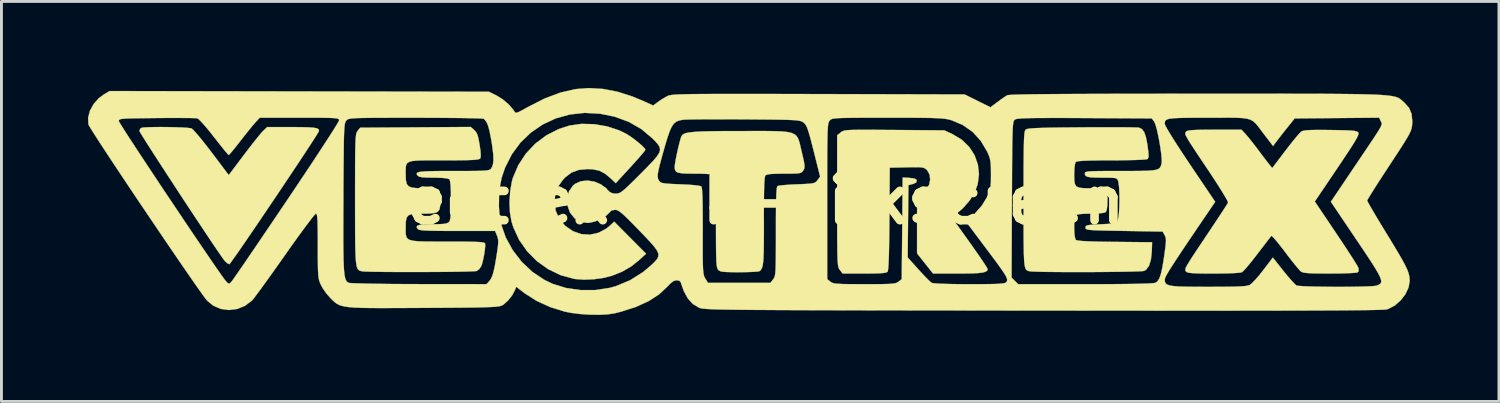
<source format=kicad_pcb>
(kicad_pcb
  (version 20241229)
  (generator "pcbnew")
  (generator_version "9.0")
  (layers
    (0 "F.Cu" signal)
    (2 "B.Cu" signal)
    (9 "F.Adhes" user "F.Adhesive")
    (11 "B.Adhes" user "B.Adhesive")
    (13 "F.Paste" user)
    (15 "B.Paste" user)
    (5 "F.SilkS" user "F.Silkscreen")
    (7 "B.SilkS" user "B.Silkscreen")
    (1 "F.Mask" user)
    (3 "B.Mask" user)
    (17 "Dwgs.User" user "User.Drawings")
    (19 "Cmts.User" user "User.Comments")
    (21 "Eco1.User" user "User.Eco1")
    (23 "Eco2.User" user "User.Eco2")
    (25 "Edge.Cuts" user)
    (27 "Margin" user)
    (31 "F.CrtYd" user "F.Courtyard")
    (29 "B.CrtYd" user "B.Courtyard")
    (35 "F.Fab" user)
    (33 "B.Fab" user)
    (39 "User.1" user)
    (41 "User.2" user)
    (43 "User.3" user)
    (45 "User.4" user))
  (footprint "vectrex-uk-silkscreen"
    (layer "F.Cu")
    (at 22.934 3.896)
    (property "Reference" "vectrex-uk-silkscreen" (at 0 0 0) (layer "F.SilkS") (effects (font (size 1.524 1.524) (thickness 0.3))))
    (attr through_hole)
    (fp_poly (pts (xy -5.373 -2.639) (xy -4.927 -2.562) (xy -4.507 -2.423) (xy -4.268 -2.306) (xy -4.124 -2.215) (xy -3.968 -2.102) (xy -3.82 -1.983) (xy -3.697 -1.874) (xy -3.62 -1.789) (xy -3.602 -1.754) (xy -3.632 -1.708) (xy -3.714 -1.607) (xy -3.839 -1.463) (xy -3.995 -1.288) (xy -4.116 -1.154) (xy -4.631 -0.594) (xy -4.798 -0.754) (xy -5.005 -0.926) (xy -5.206 -1.029) (xy -5.437 -1.076) (xy -5.611 -1.083) (xy -5.914 -1.054) (xy -6.164 -0.962) (xy -6.383 -0.796) (xy -6.464 -0.71) (xy -6.636 -0.467) (xy -6.728 -0.209) (xy -6.752 0.05) (xy -6.71 0.371) (xy -6.584 0.653) (xy -6.388 0.882) (xy -6.118 1.07) (xy -5.825 1.173) (xy -5.525 1.192) (xy -5.229 1.127) (xy -4.952 0.979) (xy -4.825 0.873) (xy -4.685 0.74) (xy -3.579 1.853) (xy -3.805 2.06) (xy -4.09 2.29) (xy -4.395 2.468) (xy -4.751 2.613) (xy -5.047 2.69) (xy -5.388 2.738) (xy -5.732 2.752) (xy -6.039 2.73) (xy -6.08 2.723) (xy -6.545 2.595) (xy -6.977 2.386) (xy -7.368 2.107) (xy -7.705 1.766) (xy -7.98 1.374) (xy -8.181 0.939) (xy -8.245 0.737) (xy -8.3 0.417) (xy -8.315 0.052) (xy -8.29 -0.322) (xy -8.228 -0.669) (xy -8.198 -0.775) (xy -8.011 -1.216) (xy -7.748 -1.617) (xy -7.419 -1.966) (xy -7.034 -2.254) (xy -6.603 -2.473) (xy -6.235 -2.591) (xy -5.818 -2.65) (xy -5.373 -2.639)) (stroke (width 0.01) (type solid)) (fill yes) (layer "F.SilkS"))
    (fp_poly (pts (xy -20.139 -2.538) (xy -19.89 -2.533) (xy -19.666 -2.524) (xy -19.486 -2.513) (xy -19.369 -2.499) (xy -19.341 -2.491) (xy -19.282 -2.441) (xy -19.179 -2.328) (xy -19.04 -2.164) (xy -18.877 -1.961) (xy -18.698 -1.73) (xy -18.643 -1.659) (xy -18.052 -0.874) (xy -17.52 -1.58) (xy -17.344 -1.811) (xy -17.178 -2.024) (xy -17.032 -2.205) (xy -16.92 -2.34) (xy -16.852 -2.413) (xy -16.716 -2.54) (xy -15.874 -2.539) (xy -15.542 -2.537) (xy -15.292 -2.53) (xy -15.114 -2.518) (xy -15 -2.497) (xy -14.939 -2.467) (xy -14.921 -2.427) (xy -14.928 -2.392) (xy -14.963 -2.329) (xy -15.043 -2.2) (xy -15.163 -2.013) (xy -15.318 -1.776) (xy -15.501 -1.498) (xy -15.707 -1.187) (xy -15.932 -0.85) (xy -16.169 -0.496) (xy -16.412 -0.133) (xy -16.658 0.231) (xy -16.899 0.588) (xy -17.131 0.93) (xy -17.348 1.248) (xy -17.544 1.535) (xy -17.715 1.782) (xy -17.855 1.981) (xy -17.957 2.124) (xy -18.017 2.203) (xy -18.031 2.217) (xy -18.1 2.185) (xy -18.181 2.113) (xy -18.233 2.044) (xy -18.328 1.91) (xy -18.46 1.718) (xy -18.624 1.476) (xy -18.813 1.193) (xy -19.023 0.877) (xy -19.249 0.538) (xy -19.484 0.182) (xy -19.723 -0.181) (xy -19.96 -0.544) (xy -20.191 -0.897) (xy -20.409 -1.233) (xy -20.61 -1.543) (xy -20.787 -1.818) (xy -20.935 -2.051) (xy -21.049 -2.233) (xy -21.123 -2.356) (xy -21.151 -2.41) (xy -21.151 -2.411) (xy -21.114 -2.489) (xy -21.078 -2.512) (xy -20.996 -2.525) (xy -20.841 -2.534) (xy -20.634 -2.539) (xy -20.393 -2.541) (xy -20.139 -2.538)) (stroke (width 0.01) (type solid)) (fill yes) (layer "F.SilkS"))
    (fp_poly (pts (xy 4.411 -2.443) (xy 4.818 -2.44) (xy 5.032 -2.439) (xy 6.766 -2.425) (xy 7.056 -2.29) (xy 7.374 -2.098) (xy 7.628 -1.85) (xy 7.815 -1.56) (xy 7.929 -1.239) (xy 7.966 -0.9) (xy 7.921 -0.556) (xy 7.814 -0.266) (xy 7.642 0.008) (xy 7.41 0.274) (xy 7.144 0.499) (xy 7.122 0.515) (xy 7.017 0.588) (xy 7.642 1.458) (xy 7.819 1.709) (xy 7.978 1.936) (xy 8.108 2.128) (xy 8.204 2.275) (xy 8.258 2.365) (xy 8.267 2.387) (xy 8.251 2.438) (xy 8.197 2.477) (xy 8.095 2.505) (xy 7.935 2.524) (xy 7.708 2.535) (xy 7.402 2.54) (xy 7.231 2.54) (xy 6.374 2.54) (xy 5.819 1.841) (xy 5.819 0.805) (xy 5.819 0.469) (xy 5.821 0.215) (xy 5.826 0.03) (xy 5.833 -0.096) (xy 5.845 -0.174) (xy 5.862 -0.215) (xy 5.885 -0.231) (xy 5.9 -0.232) (xy 6.044 -0.276) (xy 6.159 -0.387) (xy 6.238 -0.541) (xy 6.273 -0.714) (xy 6.256 -0.885) (xy 6.179 -1.029) (xy 6.166 -1.043) (xy 6.115 -1.09) (xy 6.062 -1.121) (xy 5.988 -1.14) (xy 5.876 -1.148) (xy 5.708 -1.149) (xy 5.465 -1.144) (xy 5.462 -1.144) (xy 4.872 -1.131) (xy 4.86 0.642) (xy 4.855 1.163) (xy 4.849 1.594) (xy 4.841 1.937) (xy 4.83 2.194) (xy 4.818 2.369) (xy 4.804 2.462) (xy 4.797 2.478) (xy 4.753 2.503) (xy 4.66 2.52) (xy 4.508 2.532) (xy 4.285 2.538) (xy 3.992 2.54) (xy 3.239 2.54) (xy 3.144 2.418) (xy 3.122 2.388) (xy 3.104 2.354) (xy 3.089 2.306) (xy 3.077 2.238) (xy 3.068 2.14) (xy 3.06 2.006) (xy 3.055 1.826) (xy 3.052 1.594) (xy 3.05 1.301) (xy 3.049 0.939) (xy 3.048 0.499) (xy 3.048 0.02) (xy 3.048 -2.256) (xy 3.173 -2.354) (xy 3.207 -2.38) (xy 3.245 -2.4) (xy 3.297 -2.416) (xy 3.371 -2.428) (xy 3.478 -2.437) (xy 3.626 -2.442) (xy 3.824 -2.444) (xy 4.083 -2.445) (xy 4.411 -2.443)) (stroke (width 0.01) (type solid)) (fill yes) (layer "F.SilkS"))
    (fp_poly (pts (xy 0.565 -2.402) (xy 0.881 -2.398) (xy 1.131 -2.388) (xy 1.323 -2.368) (xy 1.468 -2.335) (xy 1.573 -2.287) (xy 1.647 -2.221) (xy 1.699 -2.133) (xy 1.737 -2.022) (xy 1.772 -1.883) (xy 1.81 -1.713) (xy 1.815 -1.694) (xy 1.869 -1.462) (xy 1.903 -1.301) (xy 1.916 -1.194) (xy 1.912 -1.121) (xy 1.891 -1.066) (xy 1.872 -1.036) (xy 1.838 -0.99) (xy 1.796 -0.958) (xy 1.73 -0.939) (xy 1.621 -0.929) (xy 1.455 -0.924) (xy 1.213 -0.924) (xy 1.205 -0.924) (xy 0.942 -0.921) (xy 0.758 -0.913) (xy 0.64 -0.897) (xy 0.574 -0.872) (xy 0.557 -0.858) (xy 0.541 -0.808) (xy 0.528 -0.698) (xy 0.518 -0.521) (xy 0.512 -0.273) (xy 0.508 0.053) (xy 0.506 0.463) (xy 0.507 0.713) (xy 0.507 1.149) (xy 0.505 1.501) (xy 0.501 1.781) (xy 0.493 1.997) (xy 0.48 2.158) (xy 0.462 2.274) (xy 0.437 2.355) (xy 0.406 2.409) (xy 0.367 2.447) (xy 0.351 2.458) (xy 0.288 2.471) (xy 0.152 2.481) (xy -0.041 2.489) (xy -0.271 2.493) (xy -0.351 2.493) (xy -0.613 2.492) (xy -0.799 2.487) (xy -0.924 2.477) (xy -1.004 2.459) (xy -1.055 2.431) (xy -1.078 2.409) (xy -1.099 2.378) (xy -1.116 2.329) (xy -1.129 2.253) (xy -1.139 2.139) (xy -1.146 1.98) (xy -1.15 1.764) (xy -1.153 1.483) (xy -1.154 1.127) (xy -1.155 0.773) (xy -1.155 0.347) (xy -1.157 0.004) (xy -1.16 -0.266) (xy -1.165 -0.471) (xy -1.173 -0.621) (xy -1.183 -0.726) (xy -1.197 -0.794) (xy -1.215 -0.836) (xy -1.227 -0.851) (xy -1.276 -0.882) (xy -1.36 -0.904) (xy -1.494 -0.916) (xy -1.693 -0.923) (xy -1.888 -0.924) (xy -2.156 -0.926) (xy -2.346 -0.937) (xy -2.47 -0.96) (xy -2.543 -1) (xy -2.577 -1.062) (xy -2.586 -1.15) (xy -2.586 -1.16) (xy -2.575 -1.266) (xy -2.547 -1.431) (xy -2.506 -1.629) (xy -2.46 -1.835) (xy -2.413 -2.023) (xy -2.373 -2.165) (xy -2.349 -2.226) (xy -2.317 -2.269) (xy -2.263 -2.305) (xy -2.18 -2.334) (xy -2.059 -2.356) (xy -1.891 -2.373) (xy -1.67 -2.386) (xy -1.386 -2.394) (xy -1.031 -2.399) (xy -0.596 -2.401) (xy -0.3 -2.401) (xy 0.174 -2.402) (xy 0.565 -2.402)) (stroke (width 0.01) (type solid)) (fill yes) (layer "F.SilkS"))
    (fp_poly (pts (xy -9.539 -2.438) (xy -9.476 -2.369) (xy -9.429 -2.278) (xy -9.391 -2.142) (xy -9.354 -1.938) (xy -9.351 -1.92) (xy -9.32 -1.698) (xy -9.311 -1.552) (xy -9.323 -1.467) (xy -9.335 -1.447) (xy -9.371 -1.427) (xy -9.446 -1.412) (xy -9.572 -1.401) (xy -9.757 -1.393) (xy -10.009 -1.388) (xy -10.339 -1.386) (xy -10.603 -1.385) (xy -10.986 -1.386) (xy -11.286 -1.385) (xy -11.514 -1.379) (xy -11.679 -1.363) (xy -11.792 -1.334) (xy -11.862 -1.289) (xy -11.9 -1.223) (xy -11.914 -1.133) (xy -11.916 -1.015) (xy -11.915 -0.883) (xy -11.908 -0.698) (xy -11.88 -0.569) (xy -11.815 -0.487) (xy -11.7 -0.44) (xy -11.52 -0.42) (xy -11.267 -0.416) (xy -11.026 -0.409) (xy -10.858 -0.391) (xy -10.772 -0.363) (xy -10.77 -0.36) (xy -10.739 -0.284) (xy -10.72 -0.142) (xy -10.714 0.006) (xy -10.719 0.192) (xy -10.744 0.319) (xy -10.804 0.399) (xy -10.914 0.441) (xy -11.087 0.459) (xy -11.315 0.462) (xy -11.559 0.465) (xy -11.727 0.484) (xy -11.831 0.53) (xy -11.888 0.615) (xy -11.911 0.75) (xy -11.915 0.943) (xy -11.915 1.079) (xy -11.911 1.187) (xy -11.891 1.271) (xy -11.848 1.333) (xy -11.77 1.377) (xy -11.65 1.405) (xy -11.477 1.422) (xy -11.241 1.43) (xy -10.934 1.432) (xy -10.546 1.432) (xy -10.467 1.432) (xy -10.079 1.432) (xy -9.773 1.435) (xy -9.542 1.44) (xy -9.375 1.447) (xy -9.263 1.458) (xy -9.196 1.472) (xy -9.166 1.49) (xy -9.163 1.496) (xy -9.157 1.578) (xy -9.17 1.721) (xy -9.197 1.895) (xy -9.233 2.073) (xy -9.273 2.225) (xy -9.292 2.278) (xy -9.365 2.388) (xy -9.454 2.452) (xy -9.52 2.459) (xy -9.666 2.466) (xy -9.88 2.472) (xy -10.151 2.477) (xy -10.466 2.481) (xy -10.813 2.484) (xy -11.181 2.486) (xy -11.557 2.487) (xy -11.93 2.487) (xy -12.287 2.486) (xy -12.616 2.484) (xy -12.906 2.48) (xy -13.144 2.476) (xy -13.319 2.47) (xy -13.418 2.463) (xy -13.427 2.461) (xy -13.48 2.45) (xy -13.525 2.433) (xy -13.562 2.404) (xy -13.593 2.354) (xy -13.617 2.276) (xy -13.635 2.163) (xy -13.649 2.008) (xy -13.658 1.802) (xy -13.664 1.538) (xy -13.668 1.21) (xy -13.669 0.809) (xy -13.67 0.327) (xy -13.67 -0.028) (xy -13.67 -0.546) (xy -13.669 -0.979) (xy -13.668 -1.335) (xy -13.665 -1.623) (xy -13.661 -1.851) (xy -13.656 -2.026) (xy -13.648 -2.156) (xy -13.639 -2.25) (xy -13.627 -2.316) (xy -13.611 -2.36) (xy -13.593 -2.392) (xy -13.582 -2.408) (xy -13.493 -2.517) (xy -9.661 -2.543) (xy -9.539 -2.438)) (stroke (width 0.01) (type solid)) (fill yes) (layer "F.SilkS"))
    (fp_poly (pts (xy 12.685 -2.533) (xy 12.986 -2.532) (xy 13.231 -2.529) (xy 13.407 -2.525) (xy 13.505 -2.52) (xy 13.519 -2.518) (xy 13.617 -2.469) (xy 13.693 -2.37) (xy 13.752 -2.208) (xy 13.8 -1.969) (xy 13.813 -1.878) (xy 13.839 -1.677) (xy 13.848 -1.549) (xy 13.84 -1.475) (xy 13.814 -1.435) (xy 13.804 -1.428) (xy 13.742 -1.417) (xy 13.6 -1.407) (xy 13.393 -1.398) (xy 13.132 -1.392) (xy 12.832 -1.387) (xy 12.559 -1.386) (xy 12.161 -1.385) (xy 11.848 -1.38) (xy 11.615 -1.372) (xy 11.453 -1.36) (xy 11.357 -1.345) (xy 11.324 -1.33) (xy 11.294 -1.252) (xy 11.275 -1.097) (xy 11.268 -0.893) (xy 11.272 -0.697) (xy 11.292 -0.564) (xy 11.344 -0.481) (xy 11.443 -0.437) (xy 11.604 -0.419) (xy 11.84 -0.416) (xy 11.862 -0.416) (xy 12.056 -0.413) (xy 12.22 -0.405) (xy 12.328 -0.393) (xy 12.35 -0.388) (xy 12.389 -0.353) (xy 12.411 -0.274) (xy 12.421 -0.132) (xy 12.423 -0.004) (xy 12.416 0.196) (xy 12.395 0.34) (xy 12.367 0.406) (xy 12.288 0.436) (xy 12.124 0.454) (xy 11.88 0.462) (xy 11.846 0.462) (xy 11.593 0.468) (xy 11.419 0.485) (xy 11.329 0.513) (xy 11.324 0.517) (xy 11.293 0.594) (xy 11.274 0.733) (xy 11.267 0.906) (xy 11.271 1.086) (xy 11.286 1.244) (xy 11.312 1.352) (xy 11.33 1.379) (xy 11.4 1.397) (xy 11.562 1.413) (xy 11.815 1.425) (xy 12.16 1.435) (xy 12.595 1.442) (xy 12.681 1.442) (xy 13.97 1.455) (xy 13.96 1.764) (xy 13.93 2.054) (xy 13.863 2.271) (xy 13.76 2.409) (xy 13.692 2.448) (xy 13.624 2.457) (xy 13.476 2.464) (xy 13.259 2.471) (xy 12.986 2.477) (xy 12.669 2.481) (xy 12.32 2.485) (xy 11.951 2.488) (xy 11.574 2.489) (xy 11.202 2.489) (xy 10.845 2.488) (xy 10.517 2.485) (xy 10.229 2.482) (xy 9.994 2.476) (xy 9.823 2.47) (xy 9.729 2.462) (xy 9.721 2.46) (xy 9.676 2.449) (xy 9.637 2.434) (xy 9.605 2.409) (xy 9.579 2.365) (xy 9.559 2.296) (xy 9.543 2.193) (xy 9.531 2.049) (xy 9.523 1.858) (xy 9.518 1.61) (xy 9.515 1.3) (xy 9.514 0.918) (xy 9.513 0.458) (xy 9.513 -0.023) (xy 9.514 -0.555) (xy 9.514 -1.002) (xy 9.516 -1.371) (xy 9.519 -1.671) (xy 9.523 -1.909) (xy 9.528 -2.092) (xy 9.535 -2.228) (xy 9.545 -2.324) (xy 9.556 -2.388) (xy 9.57 -2.428) (xy 9.587 -2.451) (xy 9.59 -2.454) (xy 9.626 -2.47) (xy 9.696 -2.484) (xy 9.808 -2.495) (xy 9.97 -2.505) (xy 10.19 -2.512) (xy 10.474 -2.519) (xy 10.831 -2.524) (xy 11.269 -2.528) (xy 11.541 -2.53) (xy 11.952 -2.533) (xy 12.337 -2.533) (xy 12.685 -2.533)) (stroke (width 0.01) (type solid)) (fill yes) (layer "F.SilkS"))
    (fp_poly (pts (xy 17.21 -2.298) (xy 17.298 -2.196) (xy 17.421 -2.043) (xy 17.56 -1.865) (xy 17.643 -1.755) (xy 17.776 -1.577) (xy 17.899 -1.415) (xy 17.996 -1.29) (xy 18.036 -1.24) (xy 18.136 -1.117) (xy 18.593 -1.72) (xy 18.754 -1.928) (xy 18.902 -2.113) (xy 19.027 -2.261) (xy 19.115 -2.358) (xy 19.147 -2.386) (xy 19.203 -2.409) (xy 19.296 -2.425) (xy 19.439 -2.435) (xy 19.643 -2.44) (xy 19.92 -2.44) (xy 20.158 -2.437) (xy 20.475 -2.432) (xy 20.712 -2.426) (xy 20.881 -2.417) (xy 20.994 -2.405) (xy 21.065 -2.388) (xy 21.105 -2.365) (xy 21.122 -2.346) (xy 21.129 -2.311) (xy 21.113 -2.253) (xy 21.072 -2.164) (xy 20.999 -2.037) (xy 20.89 -1.862) (xy 20.74 -1.633) (xy 20.546 -1.341) (xy 20.392 -1.112) (xy 19.612 0.042) (xy 20.352 1.141) (xy 20.545 1.429) (xy 20.721 1.696) (xy 20.874 1.931) (xy 20.997 2.125) (xy 21.083 2.266) (xy 21.125 2.344) (xy 21.127 2.349) (xy 21.132 2.459) (xy 21.098 2.499) (xy 21.035 2.511) (xy 20.894 2.522) (xy 20.691 2.531) (xy 20.442 2.537) (xy 20.162 2.539) (xy 20.134 2.539) (xy 19.805 2.538) (xy 19.557 2.534) (xy 19.377 2.525) (xy 19.254 2.511) (xy 19.174 2.492) (xy 19.136 2.473) (xy 19.076 2.414) (xy 18.974 2.294) (xy 18.84 2.129) (xy 18.687 1.932) (xy 18.588 1.8) (xy 18.435 1.601) (xy 18.301 1.433) (xy 18.194 1.31) (xy 18.125 1.242) (xy 18.104 1.233) (xy 18.067 1.281) (xy 17.983 1.389) (xy 17.865 1.543) (xy 17.721 1.732) (xy 17.624 1.858) (xy 17.466 2.062) (xy 17.321 2.241) (xy 17.2 2.382) (xy 17.116 2.471) (xy 17.089 2.493) (xy 17.013 2.509) (xy 16.859 2.522) (xy 16.64 2.532) (xy 16.369 2.538) (xy 16.103 2.54) (xy 15.78 2.539) (xy 15.539 2.535) (xy 15.366 2.526) (xy 15.251 2.514) (xy 15.182 2.496) (xy 15.15 2.474) (xy 15.131 2.448) (xy 15.121 2.42) (xy 15.124 2.38) (xy 15.147 2.321) (xy 15.194 2.234) (xy 15.269 2.111) (xy 15.377 1.942) (xy 15.523 1.721) (xy 15.713 1.437) (xy 15.893 1.168) (xy 16.077 0.892) (xy 16.244 0.64) (xy 16.388 0.422) (xy 16.5 0.249) (xy 16.575 0.131) (xy 16.605 0.079) (xy 16.586 0.026) (xy 16.522 -0.093) (xy 16.418 -0.267) (xy 16.282 -0.486) (xy 16.118 -0.74) (xy 15.935 -1.018) (xy 15.918 -1.042) (xy 15.688 -1.385) (xy 15.505 -1.659) (xy 15.364 -1.873) (xy 15.26 -2.035) (xy 15.189 -2.153) (xy 15.145 -2.236) (xy 15.124 -2.293) (xy 15.121 -2.33) (xy 15.131 -2.357) (xy 15.15 -2.381) (xy 15.186 -2.405) (xy 15.257 -2.422) (xy 15.373 -2.434) (xy 15.548 -2.442) (xy 15.792 -2.446) (xy 16.116 -2.448) (xy 16.137 -2.448) (xy 17.069 -2.448) (xy 17.21 -2.298)) (stroke (width 0.01) (type solid)) (fill yes) (layer "F.SilkS"))
    (fp_poly (pts (xy -5.067 -3.861) (xy -4.572 -3.766) (xy -4.06 -3.603) (xy -3.663 -3.438) (xy -3.332 -3.287) (xy -3.178 -3.402) (xy -3.029 -3.504) (xy -2.868 -3.598) (xy -2.852 -3.606) (xy -2.823 -3.62) (xy -2.789 -3.633) (xy -2.746 -3.644) (xy -2.687 -3.653) (xy -2.607 -3.661) (xy -2.502 -3.668) (xy -2.366 -3.674) (xy -2.193 -3.679) (xy -1.979 -3.683) (xy -1.718 -3.685) (xy -1.405 -3.687) (xy -1.035 -3.688) (xy -0.602 -3.689) (xy -0.102 -3.689) (xy 0.472 -3.688) (xy 1.124 -3.687) (xy 1.86 -3.685) (xy 2.394 -3.684) (xy 7.467 -3.671) (xy 8.365 -3.226) (xy 8.604 -3.406) (xy 8.746 -3.51) (xy 8.873 -3.597) (xy 8.945 -3.641) (xy 8.984 -3.649) (xy 9.073 -3.656) (xy 9.215 -3.663) (xy 9.413 -3.668) (xy 9.67 -3.674) (xy 9.989 -3.678) (xy 10.374 -3.682) (xy 10.827 -3.685) (xy 11.353 -3.688) (xy 11.953 -3.69) (xy 12.632 -3.692) (xy 13.393 -3.693) (xy 14.238 -3.694) (xy 15.172 -3.695) (xy 15.555 -3.695) (xy 16.481 -3.695) (xy 17.319 -3.695) (xy 18.073 -3.695) (xy 18.749 -3.694) (xy 19.352 -3.693) (xy 19.884 -3.692) (xy 20.352 -3.689) (xy 20.76 -3.685) (xy 21.111 -3.68) (xy 21.412 -3.673) (xy 21.666 -3.665) (xy 21.878 -3.655) (xy 22.053 -3.642) (xy 22.195 -3.627) (xy 22.309 -3.61) (xy 22.399 -3.59) (xy 22.47 -3.567) (xy 22.527 -3.541) (xy 22.574 -3.512) (xy 22.615 -3.479) (xy 22.656 -3.442) (xy 22.701 -3.402) (xy 22.718 -3.387) (xy 22.88 -3.206) (xy 22.969 -2.994) (xy 22.994 -2.732) (xy 22.989 -2.639) (xy 22.981 -2.561) (xy 22.966 -2.487) (xy 22.939 -2.405) (xy 22.893 -2.306) (xy 22.823 -2.18) (xy 22.724 -2.018) (xy 22.591 -1.808) (xy 22.417 -1.541) (xy 22.199 -1.209) (xy 22.006 -0.915) (xy 21.831 -0.645) (xy 21.68 -0.409) (xy 21.559 -0.216) (xy 21.474 -0.077) (xy 21.432 -0.001) (xy 21.428 0.01) (xy 21.452 0.06) (xy 21.517 0.179) (xy 21.62 0.356) (xy 21.752 0.579) (xy 21.908 0.839) (xy 22.083 1.125) (xy 22.11 1.169) (xy 22.329 1.529) (xy 22.504 1.82) (xy 22.639 2.054) (xy 22.74 2.241) (xy 22.812 2.39) (xy 22.859 2.513) (xy 22.886 2.619) (xy 22.899 2.719) (xy 22.903 2.791) (xy 22.865 3.021) (xy 22.755 3.255) (xy 22.59 3.471) (xy 22.386 3.649) (xy 22.159 3.767) (xy 22.11 3.782) (xy 22.065 3.788) (xy 21.974 3.794) (xy 21.834 3.799) (xy 21.643 3.804) (xy 21.399 3.808) (xy 21.098 3.811) (xy 20.739 3.815) (xy 20.319 3.818) (xy 19.835 3.82) (xy 19.285 3.822) (xy 18.667 3.824) (xy 17.978 3.825) (xy 17.215 3.826) (xy 16.376 3.827) (xy 15.459 3.827) (xy 14.461 3.827) (xy 13.379 3.826) (xy 12.211 3.825) (xy 10.955 3.824) (xy 10.183 3.823) (xy 8.953 3.822) (xy 7.811 3.82) (xy 6.755 3.819) (xy 5.781 3.818) (xy 4.886 3.816) (xy 4.066 3.815) (xy 3.319 3.813) (xy 2.64 3.812) (xy 2.026 3.81) (xy 1.474 3.808) (xy 0.98 3.806) (xy 0.541 3.803) (xy 0.154 3.801) (xy -0.185 3.798) (xy -0.479 3.795) (xy -0.732 3.791) (xy -0.947 3.787) (xy -1.127 3.783) (xy -1.276 3.778) (xy -1.397 3.772) (xy -1.494 3.767) (xy -1.569 3.76) (xy -1.628 3.754) (xy -1.671 3.746) (xy -1.704 3.738) (xy -1.73 3.73) (xy -1.743 3.724) (xy -1.956 3.595) (xy -2.13 3.405) (xy -2.272 3.144) (xy -2.382 2.829) (xy -2.435 2.786) (xy -2.521 2.771) (xy -2.624 2.799) (xy -2.744 2.891) (xy -2.834 2.987) (xy -3.128 3.262) (xy -3.492 3.498) (xy -3.933 3.699) (xy -4.454 3.865) (xy -4.677 3.921) (xy -4.909 3.955) (xy -5.204 3.97) (xy -5.533 3.965) (xy -5.868 3.943) (xy -6.181 3.904) (xy -6.396 3.861) (xy -6.905 3.702) (xy -7.374 3.488) (xy -7.782 3.229) (xy -7.794 3.22) (xy -8.083 2.998) (xy -8.129 3.119) (xy -8.225 3.299) (xy -8.365 3.475) (xy -8.517 3.611) (xy -8.563 3.64) (xy -8.6 3.656) (xy -8.652 3.671) (xy -8.725 3.683) (xy -8.827 3.693) (xy -8.965 3.701) (xy -9.147 3.708) (xy -9.379 3.714) (xy -9.67 3.719) (xy -10.027 3.723) (xy -10.456 3.726) (xy -10.967 3.729) (xy -11.315 3.731) (xy -11.897 3.734) (xy -12.394 3.736) (xy -12.814 3.737) (xy -13.164 3.735) (xy -13.453 3.729) (xy -13.687 3.72) (xy -13.875 3.705) (xy -14.023 3.685) (xy -14.14 3.658) (xy -14.233 3.624) (xy -14.31 3.582) (xy -14.378 3.531) (xy -14.444 3.47) (xy -14.518 3.398) (xy -14.526 3.39) (xy -14.664 3.233) (xy -14.791 3.051) (xy -14.849 2.943) (xy -14.885 2.865) (xy -14.912 2.79) (xy -14.932 2.706) (xy -14.945 2.6) (xy -14.954 2.458) (xy -14.959 2.267) (xy -14.962 2.014) (xy -14.962 1.685) (xy -14.962 1.582) (xy -14.963 1.224) (xy -14.966 0.985) (xy -14.079 0.985) (xy -14.079 1.411) (xy -14.076 1.765) (xy -14.071 2.054) (xy -14.062 2.286) (xy -14.05 2.467) (xy -14.034 2.603) (xy -14.013 2.703) (xy -13.987 2.772) (xy -13.957 2.817) (xy -13.92 2.847) (xy -13.887 2.863) (xy -13.822 2.871) (xy -13.674 2.878) (xy -13.451 2.885) (xy -13.165 2.892) (xy -12.822 2.897) (xy -12.433 2.902) (xy -12.008 2.905) (xy -11.554 2.906) (xy -11.45 2.907) (xy -9.114 2.909) (xy -9.018 2.806) (xy -8.961 2.73) (xy -8.913 2.627) (xy -8.869 2.483) (xy -8.825 2.283) (xy -8.778 2.013) (xy -8.754 1.859) (xy -8.721 1.638) (xy -8.706 1.485) (xy -8.707 1.377) (xy -8.724 1.29) (xy -8.748 1.224) (xy -8.816 1.062) (xy -10.129 1.062) (xy -10.522 1.062) (xy -10.833 1.059) (xy -11.07 1.055) (xy -11.245 1.047) (xy -11.366 1.037) (xy -11.443 1.023) (xy -11.486 1.005) (xy -11.498 0.995) (xy -11.535 0.93) (xy -11.515 0.883) (xy -11.43 0.853) (xy -11.27 0.837) (xy -11.028 0.831) (xy -10.992 0.831) (xy -10.754 0.828) (xy -10.591 0.818) (xy -10.488 0.798) (xy -10.426 0.767) (xy -10.417 0.759) (xy -10.388 0.714) (xy -10.368 0.637) (xy -10.354 0.515) (xy -10.347 0.333) (xy -10.346 0.216) (xy -8.682 0.216) (xy -8.658 0.554) (xy -8.612 0.81) (xy -8.446 1.288) (xy -8.201 1.734) (xy -7.889 2.137) (xy -7.52 2.483) (xy -7.103 2.761) (xy -6.818 2.898) (xy -6.351 3.042) (xy -5.851 3.114) (xy -5.34 3.113) (xy -4.843 3.038) (xy -4.632 2.98) (xy -4.137 2.775) (xy -3.681 2.488) (xy -3.413 2.262) (xy -3.29 2.145) (xy -3.203 2.047) (xy -3.155 1.957) (xy -3.149 1.864) (xy -3.191 1.756) (xy -3.282 1.624) (xy -3.427 1.455) (xy -3.63 1.239) (xy -3.822 1.041) (xy -4.055 0.801) (xy -4.235 0.621) (xy -4.371 0.492) (xy -4.473 0.407) (xy -4.551 0.357) (xy -4.613 0.333) (xy -4.648 0.329) (xy -4.777 0.351) (xy -4.87 0.442) (xy -4.87 0.442) (xy -4.98 0.55) (xy -5.149 0.651) (xy -5.345 0.733) (xy -5.537 0.779) (xy -5.612 0.785) (xy -5.857 0.742) (xy -6.063 0.619) (xy -6.218 0.422) (xy -6.222 0.415) (xy -6.307 0.171) (xy -6.316 -0.078) (xy -6.252 -0.309) (xy -6.119 -0.502) (xy -6.044 -0.568) (xy -5.844 -0.66) (xy -5.611 -0.685) (xy -5.368 -0.647) (xy -5.139 -0.549) (xy -4.95 -0.395) (xy -4.945 -0.39) (xy -4.834 -0.284) (xy -4.726 -0.238) (xy -4.631 -0.231) (xy -4.568 -0.235) (xy -4.507 -0.252) (xy -4.438 -0.29) (xy -4.349 -0.358) (xy -4.231 -0.464) (xy -4.073 -0.616) (xy -3.882 -0.805) (xy -3.177 -0.805) (xy -3.162 -0.738) (xy -3.132 -0.682) (xy -3.121 -0.667) (xy -3.086 -0.631) (xy -3.032 -0.605) (xy -2.942 -0.587) (xy -2.802 -0.573) (xy -2.597 -0.562) (xy -2.384 -0.554) (xy -2.109 -0.541) (xy -1.889 -0.524) (xy -1.736 -0.503) (xy -1.663 -0.481) (xy -1.661 -0.479) (xy -1.645 -0.427) (xy -1.633 -0.305) (xy -1.623 -0.108) (xy -1.617 0.169) (xy -1.614 0.529) (xy -1.613 0.976) (xy -1.614 1.068) (xy -1.614 1.481) (xy -1.614 1.811) (xy -1.612 2.07) (xy -1.608 2.268) (xy -1.601 2.415) (xy -1.591 2.521) (xy -1.576 2.597) (xy -1.558 2.653) (xy -1.534 2.699) (xy -1.525 2.713) (xy -1.433 2.863) (xy 0.732 2.863) (xy 0.828 2.742) (xy 0.854 2.705) (xy 0.875 2.663) (xy 0.891 2.605) (xy 0.903 2.52) (xy 0.912 2.4) (xy 0.918 2.234) (xy 0.921 2.011) (xy 0.923 1.723) (xy 0.924 1.359) (xy 0.924 1.082) (xy 0.924 0.64) (xy 0.927 0.282) (xy 0.931 0.032) (xy 2.702 0.032) (xy 2.702 2.733) (xy 2.811 2.821) (xy 2.852 2.849) (xy 2.905 2.871) (xy 2.981 2.887) (xy 3.093 2.897) (xy 3.254 2.904) (xy 3.475 2.908) (xy 3.768 2.909) (xy 3.995 2.909) (xy 4.34 2.909) (xy 4.605 2.907) (xy 4.802 2.902) (xy 4.943 2.894) (xy 5.04 2.881) (xy 5.107 2.864) (xy 5.154 2.84) (xy 5.179 2.821) (xy 5.288 2.733) (xy 5.304 0.972) (xy 5.32 -0.79) (xy 5.558 -0.776) (xy 5.708 -0.759) (xy 5.787 -0.726) (xy 5.81 -0.683) (xy 5.789 -0.617) (xy 5.688 -0.569) (xy 5.672 -0.565) (xy 5.519 -0.525) (xy 5.506 0.729) (xy 5.494 1.983) (xy 5.87 2.401) (xy 6.023 2.568) (xy 6.161 2.711) (xy 6.268 2.815) (xy 6.329 2.865) (xy 6.399 2.877) (xy 6.549 2.889) (xy 6.769 2.898) (xy 7.047 2.905) (xy 7.372 2.909) (xy 7.634 2.909) (xy 8.01 2.909) (xy 8.303 2.906) (xy 8.525 2.902) (xy 8.686 2.894) (xy 8.796 2.883) (xy 8.865 2.868) (xy 8.904 2.849) (xy 8.914 2.839) (xy 8.938 2.802) (xy 8.946 2.758) (xy 8.932 2.699) (xy 8.923 2.681) (xy 9.096 2.681) (xy 9.21 2.795) (xy 9.325 2.909) (xy 11.662 2.909) (xy 12.274 2.909) (xy 12.795 2.906) (xy 13.227 2.901) (xy 13.57 2.894) (xy 13.826 2.886) (xy 13.997 2.875) (xy 14.084 2.863) (xy 14.092 2.86) (xy 14.163 2.802) (xy 14.223 2.706) (xy 14.274 2.558) (xy 14.323 2.347) (xy 14.371 2.061) (xy 14.391 1.926) (xy 14.425 1.678) (xy 14.445 1.504) (xy 14.451 1.385) (xy 14.443 1.302) (xy 14.421 1.24) (xy 14.406 1.21) (xy 14.336 1.085) (xy 12.998 1.062) (xy 12.612 1.055) (xy 12.309 1.049) (xy 12.078 1.042) (xy 11.909 1.035) (xy 11.794 1.025) (xy 11.721 1.012) (xy 11.681 0.996) (xy 11.664 0.975) (xy 11.661 0.948) (xy 11.661 0.947) (xy 11.667 0.907) (xy 11.697 0.879) (xy 11.766 0.86) (xy 11.89 0.847) (xy 12.083 0.836) (xy 12.191 0.831) (xy 12.419 0.82) (xy 12.573 0.808) (xy 12.67 0.791) (xy 12.726 0.765) (xy 12.761 0.725) (xy 12.779 0.693) (xy 12.803 0.596) (xy 12.822 0.431) (xy 12.833 0.22) (xy 12.838 -0.012) (xy 12.836 -0.242) (xy 12.826 -0.446) (xy 12.809 -0.601) (xy 12.794 -0.667) (xy 12.77 -0.719) (xy 12.736 -0.754) (xy 12.672 -0.773) (xy 12.562 -0.782) (xy 12.387 -0.785) (xy 12.266 -0.785) (xy 12.011 -0.788) (xy 11.835 -0.797) (xy 11.724 -0.817) (xy 11.663 -0.85) (xy 11.64 -0.899) (xy 11.638 -0.929) (xy 11.642 -0.955) (xy 11.66 -0.975) (xy 11.704 -0.99) (xy 11.782 -1.001) (xy 11.906 -1.008) (xy 12.086 -1.013) (xy 12.331 -1.015) (xy 12.653 -1.016) (xy 12.881 -1.016) (xy 13.27 -1.016) (xy 13.576 -1.019) (xy 13.811 -1.025) (xy 13.984 -1.037) (xy 14.106 -1.056) (xy 14.188 -1.085) (xy 14.239 -1.126) (xy 14.271 -1.18) (xy 14.292 -1.249) (xy 14.3 -1.279) (xy 14.306 -1.385) (xy 14.293 -1.558) (xy 14.266 -1.774) (xy 14.228 -2.011) (xy 14.183 -2.246) (xy 14.135 -2.458) (xy 14.088 -2.624) (xy 14.079 -2.647) (xy 14.409 -2.647) (xy 14.434 -2.582) (xy 14.507 -2.45) (xy 14.622 -2.258) (xy 14.775 -2.016) (xy 14.959 -1.732) (xy 15.17 -1.413) (xy 15.283 -1.244) (xy 16.158 0.053) (xy 15.822 0.546) (xy 15.505 1.012) (xy 15.238 1.407) (xy 15.015 1.739) (xy 14.834 2.012) (xy 14.691 2.232) (xy 14.581 2.404) (xy 14.502 2.536) (xy 14.449 2.632) (xy 14.42 2.699) (xy 14.409 2.742) (xy 14.409 2.747) (xy 14.413 2.817) (xy 14.434 2.872) (xy 14.479 2.916) (xy 14.558 2.948) (xy 14.68 2.971) (xy 14.855 2.987) (xy 15.092 2.996) (xy 15.4 3) (xy 15.788 3.002) (xy 15.922 3.002) (xy 16.326 3.001) (xy 16.647 2.998) (xy 16.896 2.992) (xy 17.081 2.984) (xy 17.214 2.972) (xy 17.303 2.956) (xy 17.357 2.936) (xy 17.435 2.874) (xy 17.55 2.755) (xy 17.688 2.596) (xy 17.821 2.428) (xy 18.158 1.986) (xy 18.521 2.445) (xy 18.667 2.624) (xy 18.801 2.779) (xy 18.907 2.894) (xy 18.973 2.952) (xy 18.976 2.953) (xy 19.047 2.967) (xy 19.197 2.978) (xy 19.41 2.988) (xy 19.671 2.995) (xy 19.965 2.999) (xy 20.279 3.002) (xy 20.597 3.002) (xy 20.905 2.999) (xy 21.188 2.994) (xy 21.432 2.987) (xy 21.621 2.977) (xy 21.741 2.964) (xy 21.77 2.957) (xy 21.841 2.926) (xy 21.89 2.889) (xy 21.915 2.838) (xy 21.912 2.766) (xy 21.877 2.665) (xy 21.809 2.527) (xy 21.702 2.345) (xy 21.554 2.112) (xy 21.361 1.819) (xy 21.12 1.46) (xy 21.057 1.367) (xy 20.17 0.051) (xy 20.995 -1.174) (xy 21.244 -1.543) (xy 21.447 -1.843) (xy 21.607 -2.082) (xy 21.729 -2.268) (xy 21.819 -2.408) (xy 21.879 -2.51) (xy 21.915 -2.582) (xy 21.932 -2.632) (xy 21.933 -2.668) (xy 21.924 -2.698) (xy 21.908 -2.728) (xy 21.9 -2.744) (xy 21.845 -2.865) (xy 20.38 -2.852) (xy 18.914 -2.84) (xy 18.631 -2.486) (xy 18.497 -2.318) (xy 18.376 -2.163) (xy 18.285 -2.045) (xy 18.256 -2.007) (xy 18.166 -1.882) (xy 17.851 -2.292) (xy 17.733 -2.449) (xy 17.639 -2.574) (xy 17.555 -2.672) (xy 17.472 -2.745) (xy 17.377 -2.797) (xy 17.258 -2.831) (xy 17.105 -2.852) (xy 16.905 -2.862) (xy 16.646 -2.865) (xy 16.318 -2.864) (xy 15.937 -2.863) (xy 15.521 -2.863) (xy 15.189 -2.861) (xy 14.93 -2.856) (xy 14.736 -2.847) (xy 14.597 -2.833) (xy 14.505 -2.811) (xy 14.449 -2.782) (xy 14.42 -2.743) (xy 14.41 -2.693) (xy 14.409 -2.647) (xy 14.079 -2.647) (xy 14.047 -2.722) (xy 14.045 -2.725) (xy 13.96 -2.84) (xy 11.631 -2.852) (xy 11.095 -2.855) (xy 10.643 -2.856) (xy 10.27 -2.855) (xy 9.967 -2.854) (xy 9.727 -2.85) (xy 9.542 -2.844) (xy 9.406 -2.837) (xy 9.311 -2.827) (xy 9.249 -2.815) (xy 9.214 -2.8) (xy 9.211 -2.798) (xy 9.192 -2.782) (xy 9.176 -2.757) (xy 9.162 -2.718) (xy 9.151 -2.656) (xy 9.142 -2.566) (xy 9.134 -2.438) (xy 9.128 -2.268) (xy 9.123 -2.046) (xy 9.119 -1.767) (xy 9.116 -1.423) (xy 9.113 -1.006) (xy 9.111 -0.511) (xy 9.108 -0.026) (xy 9.096 2.681) (xy 8.923 2.681) (xy 8.892 2.615) (xy 8.82 2.499) (xy 8.711 2.341) (xy 8.56 2.132) (xy 8.361 1.865) (xy 8.197 1.646) (xy 7.524 0.749) (xy 7.804 0.482) (xy 8.065 0.185) (xy 8.233 -0.088) (xy 8.299 -0.228) (xy 8.342 -0.345) (xy 8.367 -0.464) (xy 8.379 -0.613) (xy 8.382 -0.819) (xy 8.382 -0.9) (xy 8.38 -1.134) (xy 8.37 -1.303) (xy 8.349 -1.432) (xy 8.312 -1.55) (xy 8.254 -1.682) (xy 8.029 -2.063) (xy 7.744 -2.374) (xy 7.403 -2.613) (xy 7.026 -2.772) (xy 6.949 -2.795) (xy 6.868 -2.813) (xy 6.774 -2.828) (xy 6.658 -2.84) (xy 6.51 -2.848) (xy 6.32 -2.855) (xy 6.079 -2.859) (xy 5.778 -2.862) (xy 5.406 -2.863) (xy 4.954 -2.863) (xy 4.805 -2.863) (xy 4.333 -2.863) (xy 3.944 -2.863) (xy 3.631 -2.861) (xy 3.384 -2.858) (xy 3.195 -2.854) (xy 3.055 -2.847) (xy 2.955 -2.838) (xy 2.888 -2.826) (xy 2.844 -2.81) (xy 2.814 -2.791) (xy 2.79 -2.767) (xy 2.79 -2.766) (xy 2.771 -2.742) (xy 2.755 -2.711) (xy 2.742 -2.664) (xy 2.731 -2.595) (xy 2.723 -2.496) (xy 2.716 -2.36) (xy 2.711 -2.18) (xy 2.707 -1.949) (xy 2.704 -1.659) (xy 2.703 -1.304) (xy 2.702 -0.876) (xy 2.702 -0.367) (xy 2.702 0.032) (xy 0.931 0.032) (xy 0.932 0.003) (xy 0.939 -0.207) (xy 0.948 -0.354) (xy 0.961 -0.445) (xy 0.977 -0.489) (xy 0.981 -0.494) (xy 1.047 -0.509) (xy 1.186 -0.525) (xy 1.379 -0.54) (xy 1.607 -0.552) (xy 1.658 -0.554) (xy 1.908 -0.564) (xy 2.082 -0.575) (xy 2.198 -0.589) (xy 2.272 -0.611) (xy 2.32 -0.643) (xy 2.36 -0.69) (xy 2.367 -0.699) (xy 2.458 -0.821) (xy 2.234 -1.712) (xy 2.155 -2.02) (xy 2.093 -2.252) (xy 2.042 -2.419) (xy 2 -2.535) (xy 1.959 -2.613) (xy 1.917 -2.665) (xy 1.879 -2.698) (xy 1.844 -2.722) (xy 1.803 -2.741) (xy 1.748 -2.757) (xy 1.67 -2.769) (xy 1.56 -2.779) (xy 1.408 -2.787) (xy 1.207 -2.793) (xy 0.947 -2.798) (xy 0.62 -2.802) (xy 0.217 -2.805) (xy -0.177 -2.808) (xy -0.597 -2.81) (xy -0.996 -2.811) (xy -1.361 -2.811) (xy -1.682 -2.809) (xy -1.949 -2.806) (xy -2.149 -2.801) (xy -2.272 -2.796) (xy -2.298 -2.794) (xy -2.427 -2.769) (xy -2.53 -2.728) (xy -2.615 -2.659) (xy -2.69 -2.551) (xy -2.762 -2.392) (xy -2.838 -2.171) (xy -2.927 -1.875) (xy -2.959 -1.76) (xy -3.048 -1.444) (xy -3.112 -1.203) (xy -3.154 -1.025) (xy -3.175 -0.896) (xy -3.177 -0.805) (xy -3.882 -0.805) (xy -3.864 -0.823) (xy -3.775 -0.913) (xy -3.523 -1.167) (xy -3.332 -1.367) (xy -3.2 -1.524) (xy -3.121 -1.649) (xy -3.093 -1.754) (xy -3.111 -1.85) (xy -3.171 -1.948) (xy -3.271 -2.059) (xy -3.355 -2.145) (xy -3.742 -2.47) (xy -4.178 -2.721) (xy -4.668 -2.9) (xy -5.172 -3.002) (xy -5.707 -3.032) (xy -6.223 -2.976) (xy -6.711 -2.84) (xy -7.164 -2.629) (xy -7.574 -2.348) (xy -7.934 -2.002) (xy -8.234 -1.596) (xy -8.468 -1.135) (xy -8.587 -0.785) (xy -8.645 -0.489) (xy -8.677 -0.144) (xy -8.682 0.216) (xy -10.346 0.216) (xy -10.345 0.076) (xy -10.345 0.006) (xy -10.348 -0.305) (xy -10.359 -0.529) (xy -10.377 -0.67) (xy -10.4 -0.73) (xy -10.48 -0.759) (xy -10.646 -0.777) (xy -10.897 -0.785) (xy -10.949 -0.785) (xy -11.187 -0.788) (xy -11.349 -0.8) (xy -11.447 -0.82) (xy -11.498 -0.852) (xy -11.529 -0.899) (xy -11.533 -0.936) (xy -11.5 -0.964) (xy -11.422 -0.985) (xy -11.291 -0.999) (xy -11.097 -1.009) (xy -10.834 -1.014) (xy -10.491 -1.016) (xy -10.252 -1.016) (xy -9.882 -1.016) (xy -9.593 -1.017) (xy -9.374 -1.02) (xy -9.216 -1.026) (xy -9.106 -1.035) (xy -9.034 -1.048) (xy -8.989 -1.066) (xy -8.96 -1.091) (xy -8.939 -1.119) (xy -8.891 -1.23) (xy -8.871 -1.393) (xy -8.88 -1.618) (xy -8.918 -1.915) (xy -8.956 -2.143) (xy -9.007 -2.4) (xy -9.055 -2.582) (xy -9.108 -2.707) (xy -9.17 -2.791) (xy -9.213 -2.828) (xy -9.267 -2.835) (xy -9.405 -2.841) (xy -9.616 -2.847) (xy -9.894 -2.852) (xy -10.227 -2.856) (xy -10.609 -2.859) (xy -11.028 -2.861) (xy -11.478 -2.863) (xy -11.573 -2.863) (xy -12.094 -2.863) (xy -12.531 -2.862) (xy -12.891 -2.861) (xy -13.183 -2.859) (xy -13.413 -2.856) (xy -13.59 -2.851) (xy -13.721 -2.844) (xy -13.815 -2.835) (xy -13.879 -2.823) (xy -13.921 -2.809) (xy -13.949 -2.791) (xy -13.971 -2.77) (xy -13.974 -2.766) (xy -13.993 -2.742) (xy -14.009 -2.709) (xy -14.023 -2.659) (xy -14.034 -2.587) (xy -14.043 -2.484) (xy -14.051 -2.342) (xy -14.057 -2.154) (xy -14.062 -1.914) (xy -14.065 -1.613) (xy -14.069 -1.243) (xy -14.072 -0.799) (xy -14.075 -0.271) (xy -14.075 -0.11) (xy -14.078 0.48) (xy -14.079 0.985) (xy -14.966 0.985) (xy -14.966 0.949) (xy -14.972 0.746) (xy -14.98 0.606) (xy -14.992 0.518) (xy -15.008 0.474) (xy -15.028 0.462) (xy -15.068 0.498) (xy -15.155 0.603) (xy -15.281 0.767) (xy -15.442 0.982) (xy -15.631 1.239) (xy -15.841 1.532) (xy -16.067 1.851) (xy -16.102 1.901) (xy -16.333 2.229) (xy -16.553 2.539) (xy -16.754 2.819) (xy -16.93 3.062) (xy -17.074 3.257) (xy -17.18 3.397) (xy -17.24 3.47) (xy -17.243 3.473) (xy -17.485 3.658) (xy -17.757 3.768) (xy -18.044 3.805) (xy -18.326 3.767) (xy -18.588 3.654) (xy -18.801 3.479) (xy -18.863 3.402) (xy -18.969 3.257) (xy -19.114 3.053) (xy -19.294 2.795) (xy -19.504 2.492) (xy -19.739 2.151) (xy -19.993 1.779) (xy -20.263 1.383) (xy -20.542 0.97) (xy -20.827 0.548) (xy -21.113 0.125) (xy -21.394 -0.294) (xy -21.665 -0.7) (xy -21.923 -1.087) (xy -22.161 -1.446) (xy -22.375 -1.772) (xy -22.561 -2.056) (xy -22.712 -2.291) (xy -22.825 -2.47) (xy -22.895 -2.587) (xy -22.916 -2.629) (xy -22.923 -2.748) (xy -21.864 -2.748) (xy -21.864 -2.748) (xy -21.839 -2.698) (xy -21.766 -2.579) (xy -21.652 -2.398) (xy -21.501 -2.164) (xy -21.317 -1.883) (xy -21.107 -1.563) (xy -20.875 -1.212) (xy -20.626 -0.837) (xy -20.366 -0.445) (xy -20.098 -0.045) (xy -19.829 0.357) (xy -19.563 0.753) (xy -19.305 1.136) (xy -19.06 1.497) (xy -18.833 1.831) (xy -18.63 2.128) (xy -18.455 2.381) (xy -18.313 2.584) (xy -18.209 2.729) (xy -18.148 2.807) (xy -18.143 2.813) (xy -18.072 2.882) (xy -18.023 2.887) (xy -17.964 2.833) (xy -17.925 2.781) (xy -17.839 2.659) (xy -17.71 2.473) (xy -17.542 2.23) (xy -17.341 1.935) (xy -17.109 1.595) (xy -16.853 1.217) (xy -16.575 0.807) (xy -16.28 0.371) (xy -16.053 0.035) (xy -15.75 -0.416) (xy -15.463 -0.846) (xy -15.195 -1.248) (xy -14.952 -1.617) (xy -14.736 -1.947) (xy -14.553 -2.23) (xy -14.406 -2.46) (xy -14.3 -2.632) (xy -14.238 -2.738) (xy -14.224 -2.771) (xy -14.227 -2.797) (xy -14.241 -2.818) (xy -14.278 -2.834) (xy -14.345 -2.846) (xy -14.454 -2.854) (xy -14.614 -2.859) (xy -14.835 -2.862) (xy -15.126 -2.863) (xy -15.497 -2.863) (xy -15.6 -2.863) (xy -16.977 -2.863) (xy -17.117 -2.713) (xy -17.199 -2.62) (xy -17.32 -2.472) (xy -17.467 -2.289) (xy -17.622 -2.091) (xy -17.641 -2.067) (xy -17.783 -1.885) (xy -17.906 -1.733) (xy -17.997 -1.625) (xy -18.047 -1.573) (xy -18.052 -1.57) (xy -18.088 -1.605) (xy -18.171 -1.701) (xy -18.289 -1.847) (xy -18.435 -2.031) (xy -18.563 -2.195) (xy -18.728 -2.403) (xy -18.88 -2.584) (xy -19.008 -2.727) (xy -19.1 -2.817) (xy -19.14 -2.843) (xy -19.209 -2.849) (xy -19.359 -2.853) (xy -19.575 -2.855) (xy -19.845 -2.856) (xy -20.156 -2.856) (xy -20.497 -2.854) (xy -20.551 -2.853) (xy -20.934 -2.849) (xy -21.234 -2.845) (xy -21.462 -2.84) (xy -21.627 -2.834) (xy -21.74 -2.825) (xy -21.81 -2.812) (xy -21.847 -2.796) (xy -21.862 -2.775) (xy -21.864 -2.748) (xy -22.923 -2.748) (xy -22.929 -2.857) (xy -22.867 -3.099) (xy -22.74 -3.333) (xy -22.559 -3.539) (xy -22.377 -3.673) (xy -22.18 -3.788) (xy -15.604 -3.776) (xy -9.029 -3.764) (xy -8.767 -3.635) (xy -8.549 -3.501) (xy -8.343 -3.325) (xy -8.182 -3.138) (xy -8.141 -3.073) (xy -8.114 -3.042) (xy -8.069 -3.037) (xy -7.991 -3.064) (xy -7.865 -3.129) (xy -7.685 -3.23) (xy -7.103 -3.527) (xy -6.547 -3.736) (xy -6.015 -3.857) (xy -5.565 -3.891) (xy -5.067 -3.861)) (stroke (width 0.01) (type solid)) (fill yes) (layer "F.SilkS")))
  (gr_rect
    (start -3 -3)
    (end 48.933 10.871)
    (stroke (width 0.1) (type default))
    (fill no)
    (layer "Edge.Cuts")))
</source>
